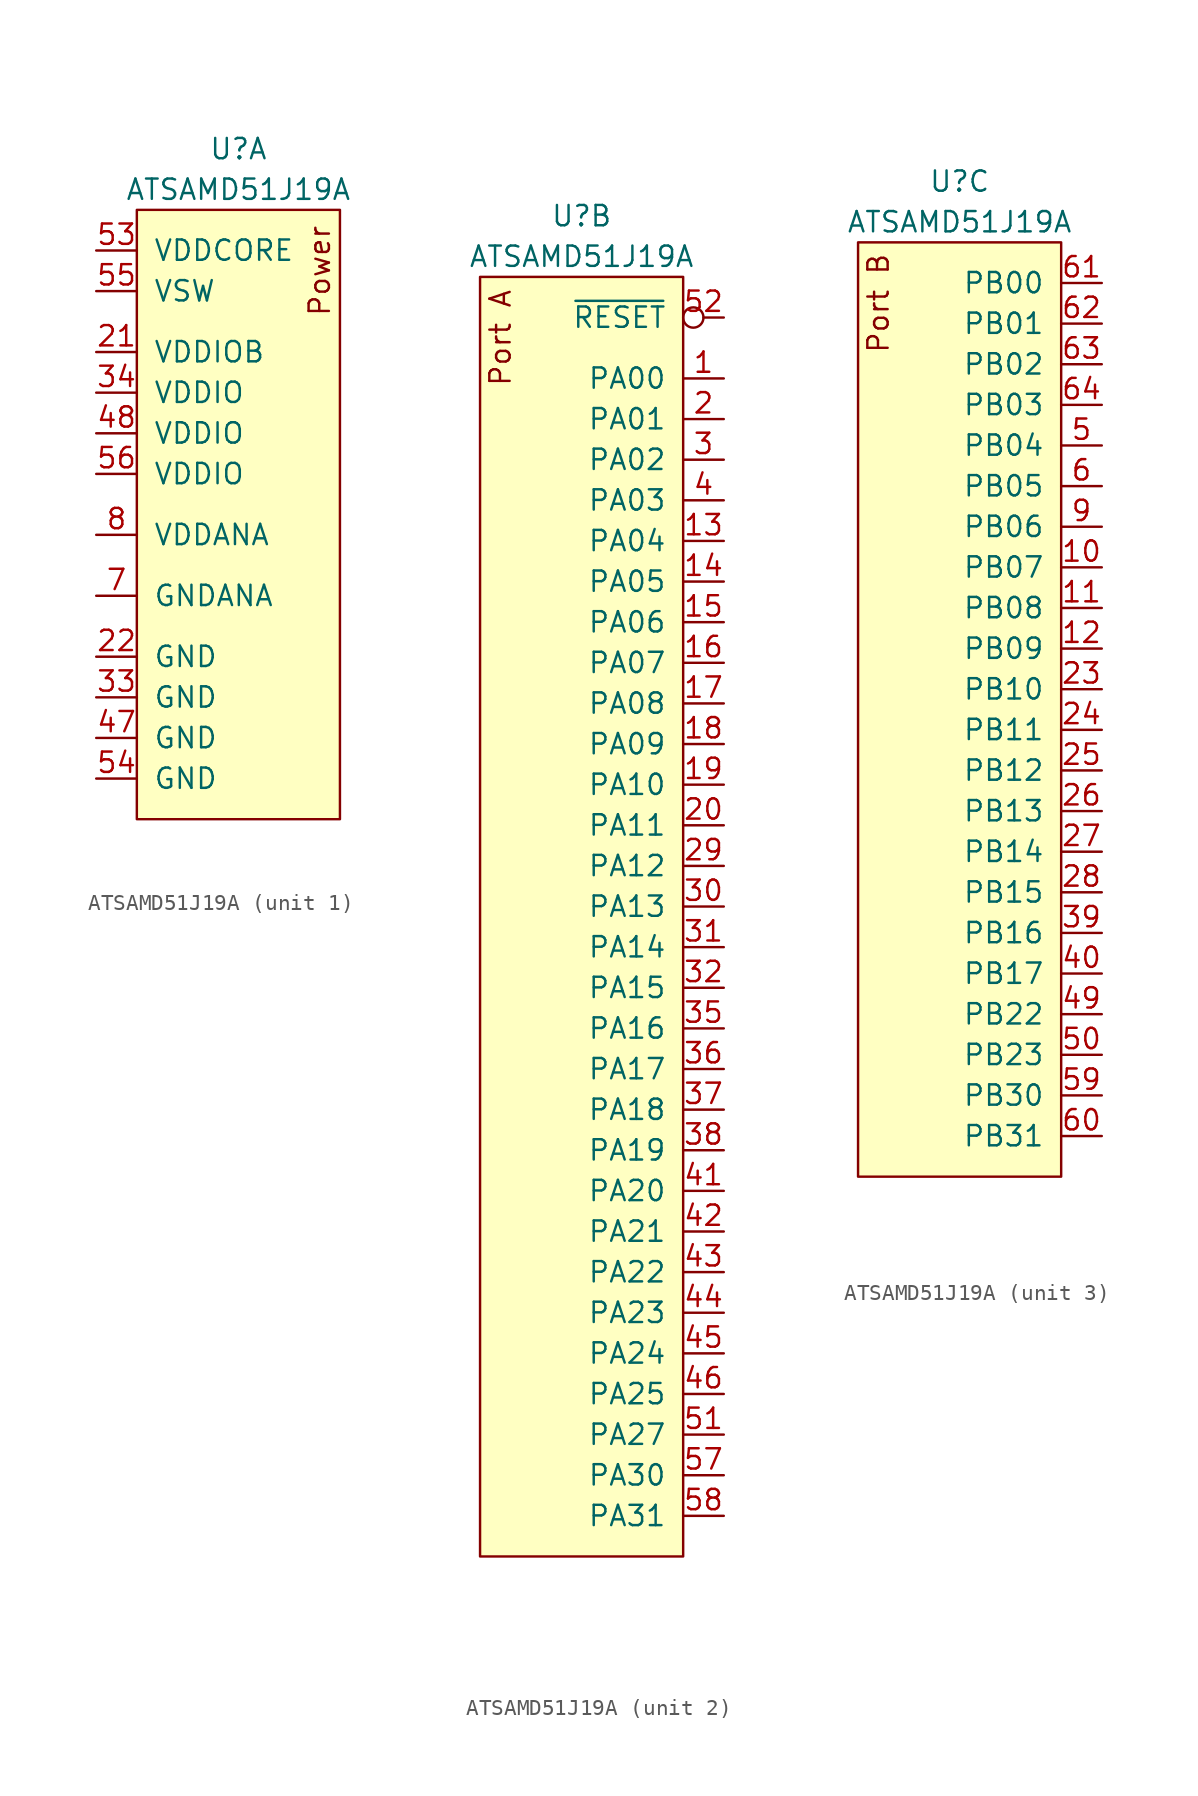
<source format=kicad_sym>
(kicad_symbol_lib
  (version 20211014)
  (generator kicad_symbol_editor)
  (symbol "ATSAMD51J19A"
    (pin_names
      (offset 1.016))
    (property "Reference" "U"
      (at 0 3.81 0)
      (effects (font (size 1.27 1.27))))
    (property "Value" "ATSAMD51J19A"
      (at 0 1.27 0)
      (effects (font (size 1.27 1.27))))
    (property "ki_locked" ""
      (at 0 0 0)
      (effects (font (size 1.27 1.27))))
    (symbol "ATSAMD51J19A_1_0"
      (rectangle (start -6.35 -38.1) (end 6.35 0) (stroke (width 0) (type default) (color 0 0 0 0)) (fill (type background)))
      (text "Power" (at 5.08 -3.81 900) (effects (font (size 1.27 1.27)))))
    (symbol "ATSAMD51J19A_1_1"
      (pin power_in line (at -8.89 -8.89 0) (length 2.54) (name "VDDIOB" (effects (font (size 1.27 1.27)))) (number "21" (effects (font (size 1.27 1.27)))))
      (pin power_in line (at -8.89 -27.94 0) (length 2.54) (name "GND" (effects (font (size 1.27 1.27)))) (number "22" (effects (font (size 1.27 1.27)))))
      (pin power_in line (at -8.89 -30.48 0) (length 2.54) (name "GND" (effects (font (size 1.27 1.27)))) (number "33" (effects (font (size 1.27 1.27)))))
      (pin power_in line (at -8.89 -11.43 0) (length 2.54) (name "VDDIO" (effects (font (size 1.27 1.27)))) (number "34" (effects (font (size 1.27 1.27)))))
      (pin power_in line (at -8.89 -33.02 0) (length 2.54) (name "GND" (effects (font (size 1.27 1.27)))) (number "47" (effects (font (size 1.27 1.27)))))
      (pin power_in line (at -8.89 -13.97 0) (length 2.54) (name "VDDIO" (effects (font (size 1.27 1.27)))) (number "48" (effects (font (size 1.27 1.27)))))
      (pin power_out line (at -8.89 -2.54 0) (length 2.54) (name "VDDCORE" (effects (font (size 1.27 1.27)))) (number "53" (effects (font (size 1.27 1.27)))))
      (pin power_in line (at -8.89 -35.56 0) (length 2.54) (name "GND" (effects (font (size 1.27 1.27)))) (number "54" (effects (font (size 1.27 1.27)))))
      (pin power_out line (at -8.89 -5.08 0) (length 2.54) (name "VSW" (effects (font (size 1.27 1.27)))) (number "55" (effects (font (size 1.27 1.27)))))
      (pin power_in line (at -8.89 -16.51 0) (length 2.54) (name "VDDIO" (effects (font (size 1.27 1.27)))) (number "56" (effects (font (size 1.27 1.27)))))
      (pin power_in line (at -8.89 -24.13 0) (length 2.54) (name "GNDANA" (effects (font (size 1.27 1.27)))) (number "7" (effects (font (size 1.27 1.27)))))
      (pin power_in line (at -8.89 -20.32 0) (length 2.54) (name "VDDANA" (effects (font (size 1.27 1.27)))) (number "8" (effects (font (size 1.27 1.27))))))
    (symbol "ATSAMD51J19A_2_0"
      (rectangle (start -6.35 0) (end 6.35 -80.01) (stroke (width 0) (type default) (color 0 0 0 0)) (fill (type background)))
      (text "Port A" (at -5.08 -3.81 900) (effects (font (size 1.27 1.27)))))
    (symbol "ATSAMD51J19A_2_1"
      (pin bidirectional line (at 8.89 -6.35 180) (length 2.54) (name "PA00" (effects (font (size 1.27 1.27)))) (number "1" (effects (font (size 1.27 1.27)))))
      (pin bidirectional line (at 8.89 -16.51 180) (length 2.54) (name "PA04" (effects (font (size 1.27 1.27)))) (number "13" (effects (font (size 1.27 1.27)))))
      (pin bidirectional line (at 8.89 -19.05 180) (length 2.54) (name "PA05" (effects (font (size 1.27 1.27)))) (number "14" (effects (font (size 1.27 1.27)))))
      (pin bidirectional line (at 8.89 -21.59 180) (length 2.54) (name "PA06" (effects (font (size 1.27 1.27)))) (number "15" (effects (font (size 1.27 1.27)))))
      (pin bidirectional line (at 8.89 -24.13 180) (length 2.54) (name "PA07" (effects (font (size 1.27 1.27)))) (number "16" (effects (font (size 1.27 1.27)))))
      (pin bidirectional line (at 8.89 -26.67 180) (length 2.54) (name "PA08" (effects (font (size 1.27 1.27)))) (number "17" (effects (font (size 1.27 1.27)))))
      (pin bidirectional line (at 8.89 -29.21 180) (length 2.54) (name "PA09" (effects (font (size 1.27 1.27)))) (number "18" (effects (font (size 1.27 1.27)))))
      (pin bidirectional line (at 8.89 -31.75 180) (length 2.54) (name "PA10" (effects (font (size 1.27 1.27)))) (number "19" (effects (font (size 1.27 1.27)))))
      (pin bidirectional line (at 8.89 -8.89 180) (length 2.54) (name "PA01" (effects (font (size 1.27 1.27)))) (number "2" (effects (font (size 1.27 1.27)))))
      (pin bidirectional line (at 8.89 -34.29 180) (length 2.54) (name "PA11" (effects (font (size 1.27 1.27)))) (number "20" (effects (font (size 1.27 1.27)))))
      (pin bidirectional line (at 8.89 -36.83 180) (length 2.54) (name "PA12" (effects (font (size 1.27 1.27)))) (number "29" (effects (font (size 1.27 1.27)))))
      (pin bidirectional line (at 8.89 -11.43 180) (length 2.54) (name "PA02" (effects (font (size 1.27 1.27)))) (number "3" (effects (font (size 1.27 1.27)))))
      (pin bidirectional line (at 8.89 -39.37 180) (length 2.54) (name "PA13" (effects (font (size 1.27 1.27)))) (number "30" (effects (font (size 1.27 1.27)))))
      (pin bidirectional line (at 8.89 -41.91 180) (length 2.54) (name "PA14" (effects (font (size 1.27 1.27)))) (number "31" (effects (font (size 1.27 1.27)))))
      (pin bidirectional line (at 8.89 -44.45 180) (length 2.54) (name "PA15" (effects (font (size 1.27 1.27)))) (number "32" (effects (font (size 1.27 1.27)))))
      (pin bidirectional line (at 8.89 -46.99 180) (length 2.54) (name "PA16" (effects (font (size 1.27 1.27)))) (number "35" (effects (font (size 1.27 1.27)))))
      (pin bidirectional line (at 8.89 -49.53 180) (length 2.54) (name "PA17" (effects (font (size 1.27 1.27)))) (number "36" (effects (font (size 1.27 1.27)))))
      (pin bidirectional line (at 8.89 -52.07 180) (length 2.54) (name "PA18" (effects (font (size 1.27 1.27)))) (number "37" (effects (font (size 1.27 1.27)))))
      (pin bidirectional line (at 8.89 -54.61 180) (length 2.54) (name "PA19" (effects (font (size 1.27 1.27)))) (number "38" (effects (font (size 1.27 1.27)))))
      (pin bidirectional line (at 8.89 -13.97 180) (length 2.54) (name "PA03" (effects (font (size 1.27 1.27)))) (number "4" (effects (font (size 1.27 1.27)))))
      (pin bidirectional line (at 8.89 -57.15 180) (length 2.54) (name "PA20" (effects (font (size 1.27 1.27)))) (number "41" (effects (font (size 1.27 1.27)))))
      (pin bidirectional line (at 8.89 -59.69 180) (length 2.54) (name "PA21" (effects (font (size 1.27 1.27)))) (number "42" (effects (font (size 1.27 1.27)))))
      (pin bidirectional line (at 8.89 -62.23 180) (length 2.54) (name "PA22" (effects (font (size 1.27 1.27)))) (number "43" (effects (font (size 1.27 1.27)))))
      (pin bidirectional line (at 8.89 -64.77 180) (length 2.54) (name "PA23" (effects (font (size 1.27 1.27)))) (number "44" (effects (font (size 1.27 1.27)))))
      (pin bidirectional line (at 8.89 -67.31 180) (length 2.54) (name "PA24" (effects (font (size 1.27 1.27)))) (number "45" (effects (font (size 1.27 1.27)))))
      (pin bidirectional line (at 8.89 -69.85 180) (length 2.54) (name "PA25" (effects (font (size 1.27 1.27)))) (number "46" (effects (font (size 1.27 1.27)))))
      (pin bidirectional line (at 8.89 -72.39 180) (length 2.54) (name "PA27" (effects (font (size 1.27 1.27)))) (number "51" (effects (font (size 1.27 1.27)))))
      (pin input inverted (at 8.89 -2.54 180) (length 2.54) (name "~{RESET}" (effects (font (size 1.27 1.27)))) (number "52" (effects (font (size 1.27 1.27)))))
      (pin bidirectional line (at 8.89 -74.93 180) (length 2.54) (name "PA30" (effects (font (size 1.27 1.27)))) (number "57" (effects (font (size 1.27 1.27)))))
      (pin bidirectional line (at 8.89 -77.47 180) (length 2.54) (name "PA31" (effects (font (size 1.27 1.27)))) (number "58" (effects (font (size 1.27 1.27))))))
    (symbol "ATSAMD51J19A_3_1"
      (rectangle (start -6.35 0) (end 6.35 -58.42) (stroke (width 0) (type default) (color 0 0 0 0)) (fill (type background)))
      (text "Port B" (at -5.08 -3.81 900) (effects (font (size 1.27 1.27))))
      (pin bidirectional line (at 8.89 -20.32 180) (length 2.54) (name "PB07" (effects (font (size 1.27 1.27)))) (number "10" (effects (font (size 1.27 1.27)))))
      (pin bidirectional line (at 8.89 -22.86 180) (length 2.54) (name "PB08" (effects (font (size 1.27 1.27)))) (number "11" (effects (font (size 1.27 1.27)))))
      (pin bidirectional line (at 8.89 -25.4 180) (length 2.54) (name "PB09" (effects (font (size 1.27 1.27)))) (number "12" (effects (font (size 1.27 1.27)))))
      (pin bidirectional line (at 8.89 -27.94 180) (length 2.54) (name "PB10" (effects (font (size 1.27 1.27)))) (number "23" (effects (font (size 1.27 1.27)))))
      (pin bidirectional line (at 8.89 -30.48 180) (length 2.54) (name "PB11" (effects (font (size 1.27 1.27)))) (number "24" (effects (font (size 1.27 1.27)))))
      (pin bidirectional line (at 8.89 -33.02 180) (length 2.54) (name "PB12" (effects (font (size 1.27 1.27)))) (number "25" (effects (font (size 1.27 1.27)))))
      (pin bidirectional line (at 8.89 -35.56 180) (length 2.54) (name "PB13" (effects (font (size 1.27 1.27)))) (number "26" (effects (font (size 1.27 1.27)))))
      (pin bidirectional line (at 8.89 -38.1 180) (length 2.54) (name "PB14" (effects (font (size 1.27 1.27)))) (number "27" (effects (font (size 1.27 1.27)))))
      (pin bidirectional line (at 8.89 -40.64 180) (length 2.54) (name "PB15" (effects (font (size 1.27 1.27)))) (number "28" (effects (font (size 1.27 1.27)))))
      (pin bidirectional line (at 8.89 -43.18 180) (length 2.54) (name "PB16" (effects (font (size 1.27 1.27)))) (number "39" (effects (font (size 1.27 1.27)))))
      (pin bidirectional line (at 8.89 -45.72 180) (length 2.54) (name "PB17" (effects (font (size 1.27 1.27)))) (number "40" (effects (font (size 1.27 1.27)))))
      (pin bidirectional line (at 8.89 -48.26 180) (length 2.54) (name "PB22" (effects (font (size 1.27 1.27)))) (number "49" (effects (font (size 1.27 1.27)))))
      (pin bidirectional line (at 8.89 -12.7 180) (length 2.54) (name "PB04" (effects (font (size 1.27 1.27)))) (number "5" (effects (font (size 1.27 1.27)))))
      (pin bidirectional line (at 8.89 -50.8 180) (length 2.54) (name "PB23" (effects (font (size 1.27 1.27)))) (number "50" (effects (font (size 1.27 1.27)))))
      (pin bidirectional line (at 8.89 -53.34 180) (length 2.54) (name "PB30" (effects (font (size 1.27 1.27)))) (number "59" (effects (font (size 1.27 1.27)))))
      (pin bidirectional line (at 8.89 -15.24 180) (length 2.54) (name "PB05" (effects (font (size 1.27 1.27)))) (number "6" (effects (font (size 1.27 1.27)))))
      (pin bidirectional line (at 8.89 -55.88 180) (length 2.54) (name "PB31" (effects (font (size 1.27 1.27)))) (number "60" (effects (font (size 1.27 1.27)))))
      (pin bidirectional line (at 8.89 -2.54 180) (length 2.54) (name "PB00" (effects (font (size 1.27 1.27)))) (number "61" (effects (font (size 1.27 1.27)))))
      (pin bidirectional line (at 8.89 -5.08 180) (length 2.54) (name "PB01" (effects (font (size 1.27 1.27)))) (number "62" (effects (font (size 1.27 1.27)))))
      (pin bidirectional line (at 8.89 -7.62 180) (length 2.54) (name "PB02" (effects (font (size 1.27 1.27)))) (number "63" (effects (font (size 1.27 1.27)))))
      (pin bidirectional line (at 8.89 -10.16 180) (length 2.54) (name "PB03" (effects (font (size 1.27 1.27)))) (number "64" (effects (font (size 1.27 1.27)))))
      (pin bidirectional line (at 8.89 -17.78 180) (length 2.54) (name "PB06" (effects (font (size 1.27 1.27)))) (number "9" (effects (font (size 1.27 1.27))))))))
</source>
